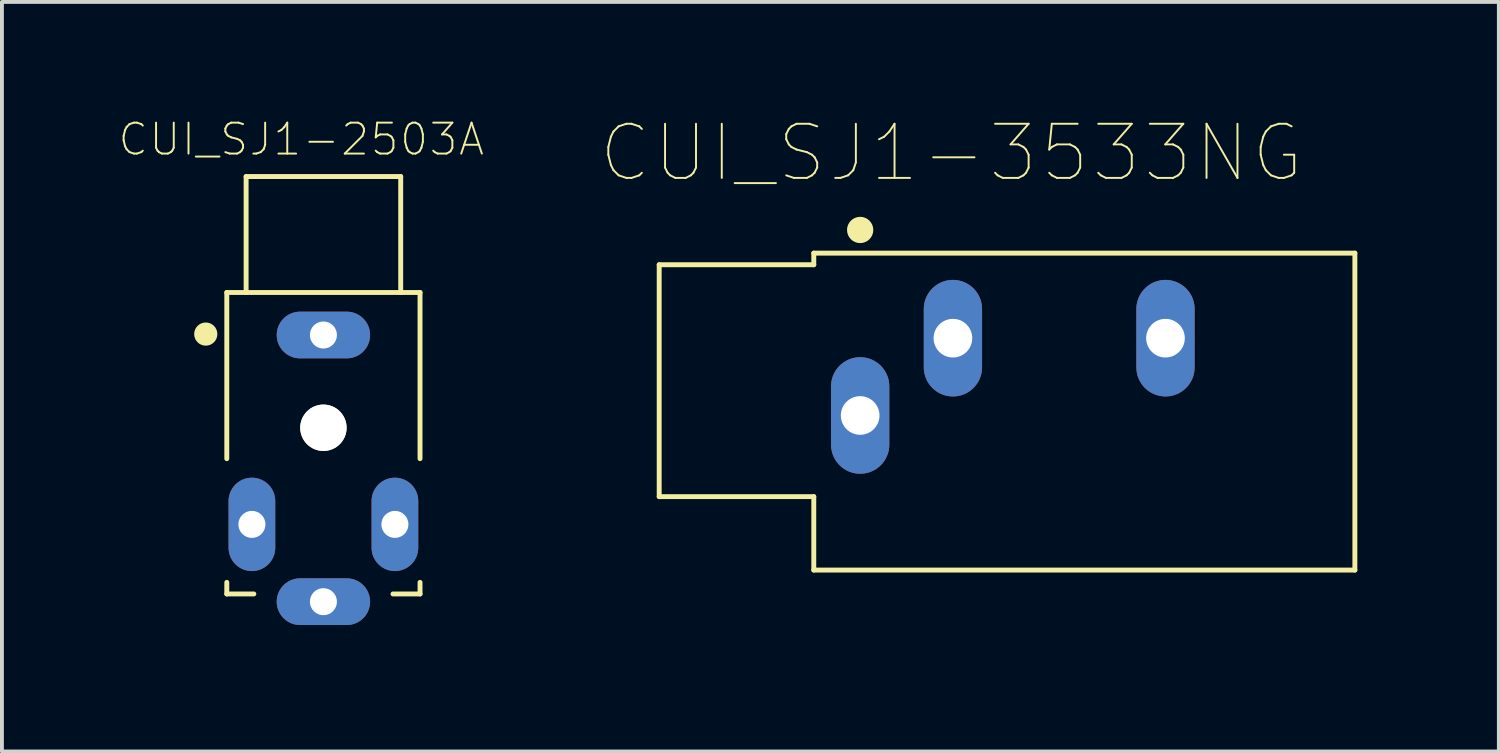
<source format=kicad_pcb>
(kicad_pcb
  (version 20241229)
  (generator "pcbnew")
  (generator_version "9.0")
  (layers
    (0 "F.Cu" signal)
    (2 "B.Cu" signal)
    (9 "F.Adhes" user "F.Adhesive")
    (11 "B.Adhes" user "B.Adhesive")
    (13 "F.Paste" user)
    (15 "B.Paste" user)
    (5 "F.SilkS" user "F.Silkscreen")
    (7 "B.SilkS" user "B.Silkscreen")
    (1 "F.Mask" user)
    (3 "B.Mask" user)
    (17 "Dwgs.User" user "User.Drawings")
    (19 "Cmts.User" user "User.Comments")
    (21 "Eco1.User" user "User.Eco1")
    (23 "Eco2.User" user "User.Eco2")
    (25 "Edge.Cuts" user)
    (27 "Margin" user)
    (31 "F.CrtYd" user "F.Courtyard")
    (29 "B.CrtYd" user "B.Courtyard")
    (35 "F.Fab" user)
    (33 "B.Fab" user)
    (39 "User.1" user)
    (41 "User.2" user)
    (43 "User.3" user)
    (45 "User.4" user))
  (footprint "CUI_SJ1-2503A"
    (layer "F.Cu")
    (at 5.318 5.618)
    (property "Reference" "CUI_SJ1-2503A" (at -0.573 -5.062 0) (layer "F.SilkS") (effects (font (size 0.801 0.801) (thickness 0.05))))
    (attr through_hole)
    (fp_line (start -2.5 -1.1) (end -2 -1.1) (stroke (width 0.127) (type solid)) (layer "F.SilkS"))
    (fp_line (start -2.5 3.2) (end -2.5 -1.1) (stroke (width 0.127) (type solid)) (layer "F.SilkS"))
    (fp_line (start -2.5 6.7) (end -2.5 6.4) (stroke (width 0.127) (type solid)) (layer "F.SilkS"))
    (fp_line (start -2 -4.1) (end -2 -1.1) (stroke (width 0.127) (type solid)) (layer "F.SilkS"))
    (fp_line (start -2 -1.1) (end 2 -1.1) (stroke (width 0.127) (type solid)) (layer "F.SilkS"))
    (fp_line (start -1.8 6.7) (end -2.5 6.7) (stroke (width 0.127) (type solid)) (layer "F.SilkS"))
    (fp_line (start 1.8 6.7) (end 2.5 6.7) (stroke (width 0.127) (type solid)) (layer "F.SilkS"))
    (fp_line (start 2 -4.1) (end -2 -4.1) (stroke (width 0.127) (type solid)) (layer "F.SilkS"))
    (fp_line (start 2 -1.1) (end 2 -4.1) (stroke (width 0.127) (type solid)) (layer "F.SilkS"))
    (fp_line (start 2 -1.1) (end 2.5 -1.1) (stroke (width 0.127) (type solid)) (layer "F.SilkS"))
    (fp_line (start 2.5 -1.1) (end 2.5 3.2) (stroke (width 0.127) (type solid)) (layer "F.SilkS"))
    (fp_line (start 2.5 6.7) (end 2.5 6.4) (stroke (width 0.127) (type solid)) (layer "F.SilkS"))
    (fp_circle (center -3.044 -0.024) (end -2.894 -0.024) (stroke (width 0.3) (type solid)) (fill no) (layer "F.SilkS"))
    (fp_line (start -2.75 -1.35) (end -2.75 6.95) (stroke (width 0.05) (type solid)) (layer "Eco1.User"))
    (fp_line (start -2.75 6.95) (end -1.45 6.95) (stroke (width 0.05) (type solid)) (layer "Eco1.User"))
    (fp_line (start -2.25 -4.35) (end -2.25 -1.35) (stroke (width 0.05) (type solid)) (layer "Eco1.User"))
    (fp_line (start -2.25 -1.35) (end -2.75 -1.35) (stroke (width 0.05) (type solid)) (layer "Eco1.User"))
    (fp_line (start -1.45 6.95) (end -1.45 7.75) (stroke (width 0.05) (type solid)) (layer "Eco1.User"))
    (fp_line (start -1.45 7.75) (end 1.45 7.75) (stroke (width 0.05) (type solid)) (layer "Eco1.User"))
    (fp_line (start 1.45 6.95) (end 2.75 6.95) (stroke (width 0.05) (type solid)) (layer "Eco1.User"))
    (fp_line (start 1.45 7.75) (end 1.45 6.95) (stroke (width 0.05) (type solid)) (layer "Eco1.User"))
    (fp_line (start 2.25 -4.35) (end -2.25 -4.35) (stroke (width 0.05) (type solid)) (layer "Eco1.User"))
    (fp_line (start 2.25 -1.35) (end 2.25 -4.35) (stroke (width 0.05) (type solid)) (layer "Eco1.User"))
    (fp_line (start 2.75 -1.35) (end 2.25 -1.35) (stroke (width 0.05) (type solid)) (layer "Eco1.User"))
    (fp_line (start 2.75 6.95) (end 2.75 -1.35) (stroke (width 0.05) (type solid)) (layer "Eco1.User"))
    (fp_line (start -2.5 -1.1) (end -2 -1.1) (stroke (width 0.127) (type solid)) (layer "Eco2.User"))
    (fp_line (start -2.5 6.7) (end -2.5 -1.1) (stroke (width 0.127) (type solid)) (layer "Eco2.User"))
    (fp_line (start -2 -4.1) (end -2 -1.1) (stroke (width 0.127) (type solid)) (layer "Eco2.User"))
    (fp_line (start -2 -1.1) (end 2 -1.1) (stroke (width 0.127) (type solid)) (layer "Eco2.User"))
    (fp_line (start 2 -4.1) (end -2 -4.1) (stroke (width 0.127) (type solid)) (layer "Eco2.User"))
    (fp_line (start 2 -1.1) (end 2 -4.1) (stroke (width 0.127) (type solid)) (layer "Eco2.User"))
    (fp_line (start 2 -1.1) (end 2.5 -1.1) (stroke (width 0.127) (type solid)) (layer "Eco2.User"))
    (fp_line (start 2.5 -1.1) (end 2.5 6.7) (stroke (width 0.127) (type solid)) (layer "Eco2.User"))
    (fp_line (start 2.5 6.7) (end -2.5 6.7) (stroke (width 0.127) (type solid)) (layer "Eco2.User"))
    (fp_circle (center -1.744 -0.024) (end -1.594 -0.024) (stroke (width 0.3) (type solid)) (fill no) (layer "Eco2.User"))
    (fp_line (start -2.2 4.15) (end -1.5 4.15) (stroke (width 0.001) (type solid)) (layer "Edge.Cuts"))
    (fp_line (start -2.2 5.65) (end -2.2 4.15) (stroke (width 0.001) (type solid)) (layer "Edge.Cuts"))
    (fp_line (start -1.5 4.15) (end -1.5 5.65) (stroke (width 0.001) (type solid)) (layer "Edge.Cuts"))
    (fp_line (start -1.5 5.65) (end -2.2 5.65) (stroke (width 0.001) (type solid)) (layer "Edge.Cuts"))
    (fp_line (start -0.75 -0.35) (end 0.75 -0.35) (stroke (width 0.001) (type solid)) (layer "Edge.Cuts"))
    (fp_line (start -0.75 0.35) (end -0.75 -0.35) (stroke (width 0.001) (type solid)) (layer "Edge.Cuts"))
    (fp_line (start -0.75 6.55) (end 0.75 6.55) (stroke (width 0.001) (type solid)) (layer "Edge.Cuts"))
    (fp_line (start -0.75 7.25) (end -0.75 6.55) (stroke (width 0.001) (type solid)) (layer "Edge.Cuts"))
    (fp_line (start 0.75 -0.35) (end 0.75 0.35) (stroke (width 0.001) (type solid)) (layer "Edge.Cuts"))
    (fp_line (start 0.75 0.35) (end -0.75 0.35) (stroke (width 0.001) (type solid)) (layer "Edge.Cuts"))
    (fp_line (start 0.75 6.55) (end 0.75 7.25) (stroke (width 0.001) (type solid)) (layer "Edge.Cuts"))
    (fp_line (start 0.75 7.25) (end -0.75 7.25) (stroke (width 0.001) (type solid)) (layer "Edge.Cuts"))
    (fp_line (start 1.5 4.15) (end 2.2 4.15) (stroke (width 0.001) (type solid)) (layer "Edge.Cuts"))
    (fp_line (start 1.5 5.65) (end 1.5 4.15) (stroke (width 0.001) (type solid)) (layer "Edge.Cuts"))
    (fp_line (start 2.2 4.15) (end 2.2 5.65) (stroke (width 0.001) (type solid)) (layer "Edge.Cuts"))
    (fp_line (start 2.2 5.65) (end 1.5 5.65) (stroke (width 0.001) (type solid)) (layer "Edge.Cuts"))
    (pad "" np_thru_hole circle (at 0 2.4) (size 1.2 1.2) (drill 1.2) (layers "*.Cu" "*.Mask" "F.SilkS"))
    (pad "R" thru_hole oval (at 0 6.9 180) (size 2.416 1.208) (drill 0.7) (layers "*.Cu" "*.Mask"))
    (pad "S" thru_hole oval (at 0 0) (size 2.416 1.208) (drill 0.7) (layers "*.Cu" "*.Mask"))
    (pad "T" thru_hole oval (at -1.85 4.9 90) (size 2.416 1.208) (drill 0.7) (layers "*.Cu" "*.Mask"))
    (pad "T" thru_hole oval (at 1.85 4.9 90) (size 2.416 1.208) (drill 0.7) (layers "*.Cu" "*.Mask")))
  (footprint "CUI_SJ1-3533NG"
    (layer "F.Cu")
    (at 19.206 7.7)
    (property "Reference" "CUI_SJ1-3533NG" (at 2.357 -6.792 0) (layer "F.SilkS") (effects (font (size 1.401 1.401) (thickness 0.05))))
    (attr through_hole)
    (fp_line (start -5.2 -3.9) (end -1.2 -3.9) (stroke (width 0.127) (type solid)) (layer "F.SilkS"))
    (fp_line (start -5.2 2.1) (end -5.2 -3.9) (stroke (width 0.127) (type solid)) (layer "F.SilkS"))
    (fp_line (start -1.2 -4.2) (end 12.8 -4.2) (stroke (width 0.127) (type solid)) (layer "F.SilkS"))
    (fp_line (start -1.2 -3.9) (end -1.2 -4.2) (stroke (width 0.127) (type solid)) (layer "F.SilkS"))
    (fp_line (start -1.2 2.1) (end -5.2 2.1) (stroke (width 0.127) (type solid)) (layer "F.SilkS"))
    (fp_line (start -1.2 4) (end -1.2 2.1) (stroke (width 0.127) (type solid)) (layer "F.SilkS"))
    (fp_line (start 12.8 -4.2) (end 12.8 4) (stroke (width 0.127) (type solid)) (layer "F.SilkS"))
    (fp_line (start 12.8 4) (end -1.2 4) (stroke (width 0.127) (type solid)) (layer "F.SilkS"))
    (fp_circle (center 0 -4.8) (end 0.17 -4.8) (stroke (width 0.34) (type solid)) (fill no) (layer "F.SilkS"))
    (fp_line (start -5.5 -4.2) (end -1.5 -4.2) (stroke (width 0.05) (type solid)) (layer "Eco1.User"))
    (fp_line (start -5.5 2.4) (end -5.5 -4.2) (stroke (width 0.05) (type solid)) (layer "Eco1.User"))
    (fp_line (start -1.5 -4.5) (end 13.1 -4.5) (stroke (width 0.05) (type solid)) (layer "Eco1.User"))
    (fp_line (start -1.5 -4.2) (end -1.5 -4.5) (stroke (width 0.05) (type solid)) (layer "Eco1.User"))
    (fp_line (start -1.5 2.4) (end -5.5 2.4) (stroke (width 0.05) (type solid)) (layer "Eco1.User"))
    (fp_line (start -1.5 4.3) (end -1.5 2.4) (stroke (width 0.05) (type solid)) (layer "Eco1.User"))
    (fp_line (start 13.1 -4.5) (end 13.1 4.3) (stroke (width 0.05) (type solid)) (layer "Eco1.User"))
    (fp_line (start 13.1 4.3) (end -1.5 4.3) (stroke (width 0.05) (type solid)) (layer "Eco1.User"))
    (fp_line (start -5.8 -0.9) (end 13.5 -0.9) (stroke (width 0.05) (type solid)) (layer "Eco2.User"))
    (fp_line (start -5.2 -3.9) (end -1.2 -3.9) (stroke (width 0.127) (type solid)) (layer "Eco2.User"))
    (fp_line (start -5.2 2.1) (end -5.2 -3.9) (stroke (width 0.127) (type solid)) (layer "Eco2.User"))
    (fp_line (start -1.2 -4.2) (end 12.8 -4.2) (stroke (width 0.127) (type solid)) (layer "Eco2.User"))
    (fp_line (start -1.2 -3.9) (end -1.2 -4.2) (stroke (width 0.127) (type solid)) (layer "Eco2.User"))
    (fp_line (start -1.2 2.1) (end -5.2 2.1) (stroke (width 0.127) (type solid)) (layer "Eco2.User"))
    (fp_line (start -1.2 4) (end -1.2 2.1) (stroke (width 0.127) (type solid)) (layer "Eco2.User"))
    (fp_line (start 12.8 -4.2) (end 12.8 4) (stroke (width 0.127) (type solid)) (layer "Eco2.User"))
    (fp_line (start 12.8 4) (end -1.2 4) (stroke (width 0.127) (type solid)) (layer "Eco2.User"))
    (fp_line (start -0.5 -1) (end 0.5 -1) (stroke (width 0.0001) (type solid)) (layer "Edge.Cuts"))
    (fp_line (start -0.5 1) (end -0.5 -1) (stroke (width 0.0001) (type solid)) (layer "Edge.Cuts"))
    (fp_line (start 0.5 -1) (end 0.5 1) (stroke (width 0.0001) (type solid)) (layer "Edge.Cuts"))
    (fp_line (start 0.5 1) (end -0.5 1) (stroke (width 0.0001) (type solid)) (layer "Edge.Cuts"))
    (fp_line (start 1.9 -3) (end 2.9 -3) (stroke (width 0.0001) (type solid)) (layer "Edge.Cuts"))
    (fp_line (start 1.9 -1) (end 1.9 -3) (stroke (width 0.0001) (type solid)) (layer "Edge.Cuts"))
    (fp_line (start 2.9 -3) (end 2.9 -1) (stroke (width 0.0001) (type solid)) (layer "Edge.Cuts"))
    (fp_line (start 2.9 -1) (end 1.9 -1) (stroke (width 0.0001) (type solid)) (layer "Edge.Cuts"))
    (fp_line (start 7.4 -3) (end 8.4 -3) (stroke (width 0.0001) (type solid)) (layer "Edge.Cuts"))
    (fp_line (start 7.4 -1) (end 7.4 -3) (stroke (width 0.0001) (type solid)) (layer "Edge.Cuts"))
    (fp_line (start 8.4 -3) (end 8.4 -1) (stroke (width 0.0001) (type solid)) (layer "Edge.Cuts"))
    (fp_line (start 8.4 -1) (end 7.4 -1) (stroke (width 0.0001) (type solid)) (layer "Edge.Cuts"))
    (pad "R" thru_hole oval (at 7.9 -2 90) (size 3.016 1.508) (drill 1) (layers "*.Cu" "*.Mask"))
    (pad "S" thru_hole oval (at 0 0 90) (size 3.016 1.508) (drill 1) (layers "*.Cu" "*.Mask"))
    (pad "T" thru_hole oval (at 2.4 -2 90) (size 3.016 1.508) (drill 1) (layers "*.Cu" "*.Mask")))
  (gr_rect
    (start -3 -3)
    (end 35.731 16.393)
    (stroke (width 0.1) (type default))
    (fill no)
    (layer "Edge.Cuts")))
</source>
